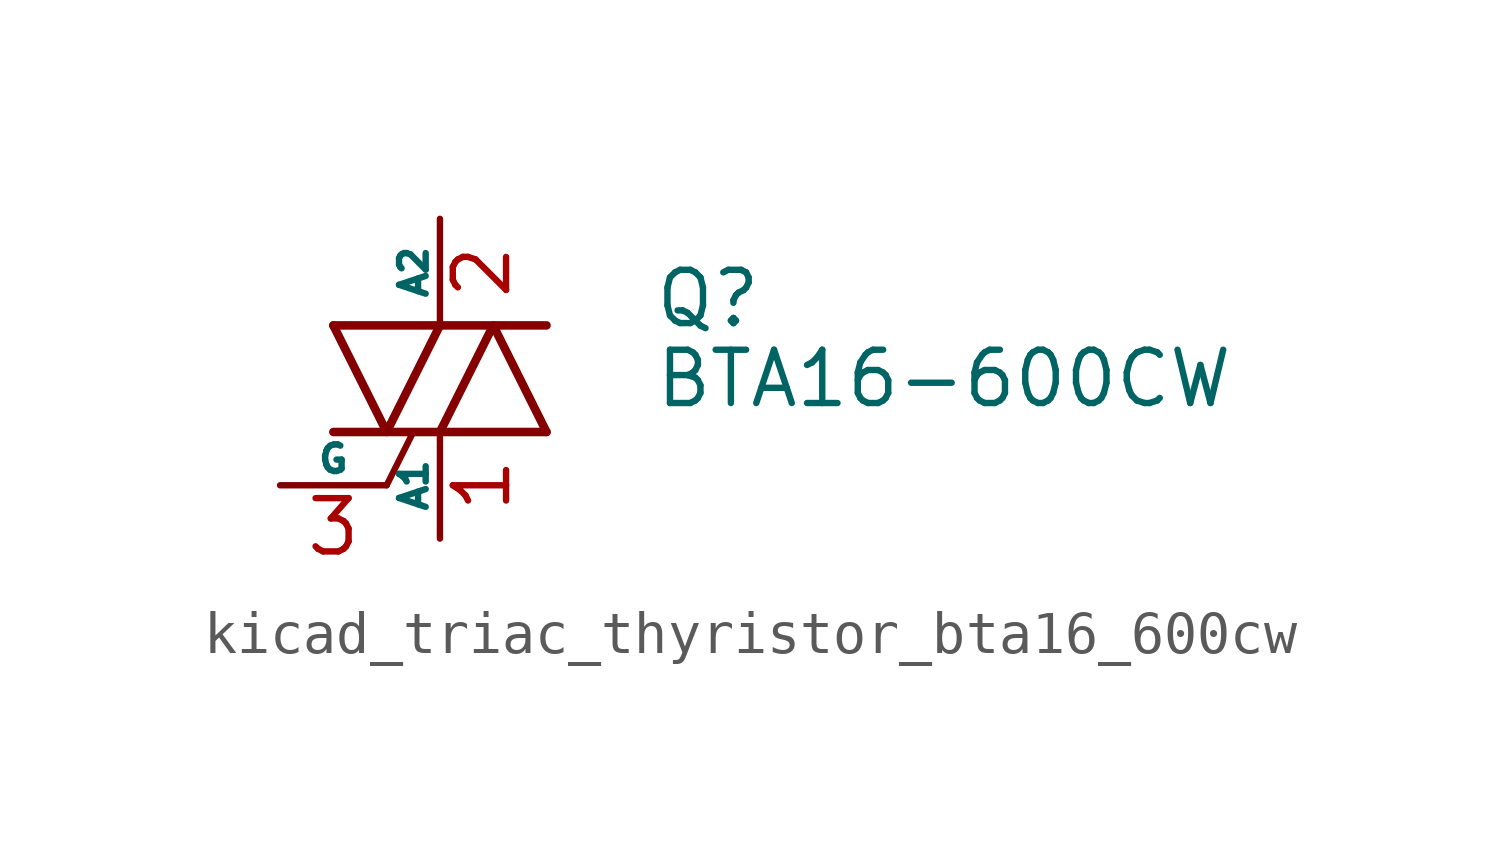
<source format=kicad_sym>
(kicad_symbol_lib
  (version 20220914)
  (generator kicad_symbol_editor)
  (symbol "kicad_triac_thyristor_bta16_600cw"
    (pin_names
      (offset 0))
    (property "Reference" "Q"
      (at 5.08 1.905 0)
      (effects (font (size 1.27 1.27)) (justify left)))
    (property "Value" "BTA16-600CW"
      (at 5.08 0 0)
      (effects (font (size 1.27 1.27)) (justify left)))
    (symbol "kicad_triac_thyristor_bta16_600cw_0_1"
      (polyline (pts (xy -2.54 -1.27) (xy 2.54 -1.27)) (stroke (width 0.203) (type default)) (fill (type none)))
      (polyline (pts (xy -2.54 1.27) (xy 2.54 1.27)) (stroke (width 0.203) (type default)) (fill (type none)))
      (polyline (pts (xy -1.27 -2.54) (xy -0.635 -1.27)) (stroke (width 0) (type default)) (fill (type none)))
      (polyline (pts (xy -2.54 1.27) (xy -1.27 -1.27) (xy 0 1.27)) (stroke (width 0.203) (type default)) (fill (type none)))
      (polyline (pts (xy 0 -1.27) (xy 1.27 1.27) (xy 2.54 -1.27)) (stroke (width 0.203) (type default)) (fill (type none))))
    (symbol "kicad_triac_thyristor_bta16_600cw_1_1"
      (pin passive line (at 0 -3.81 90) (length 2.54) (name "A1" (effects (font (size 0.635 0.635)))) (number "1" (effects (font (size 1.27 1.27)))))
      (pin passive line (at 0 3.81 270) (length 2.54) (name "A2" (effects (font (size 0.635 0.635)))) (number "2" (effects (font (size 1.27 1.27)))))
      (pin input line (at -3.81 -2.54 0) (length 2.54) (name "G" (effects (font (size 0.635 0.635)))) (number "3" (effects (font (size 1.27 1.27))))))))
</source>
